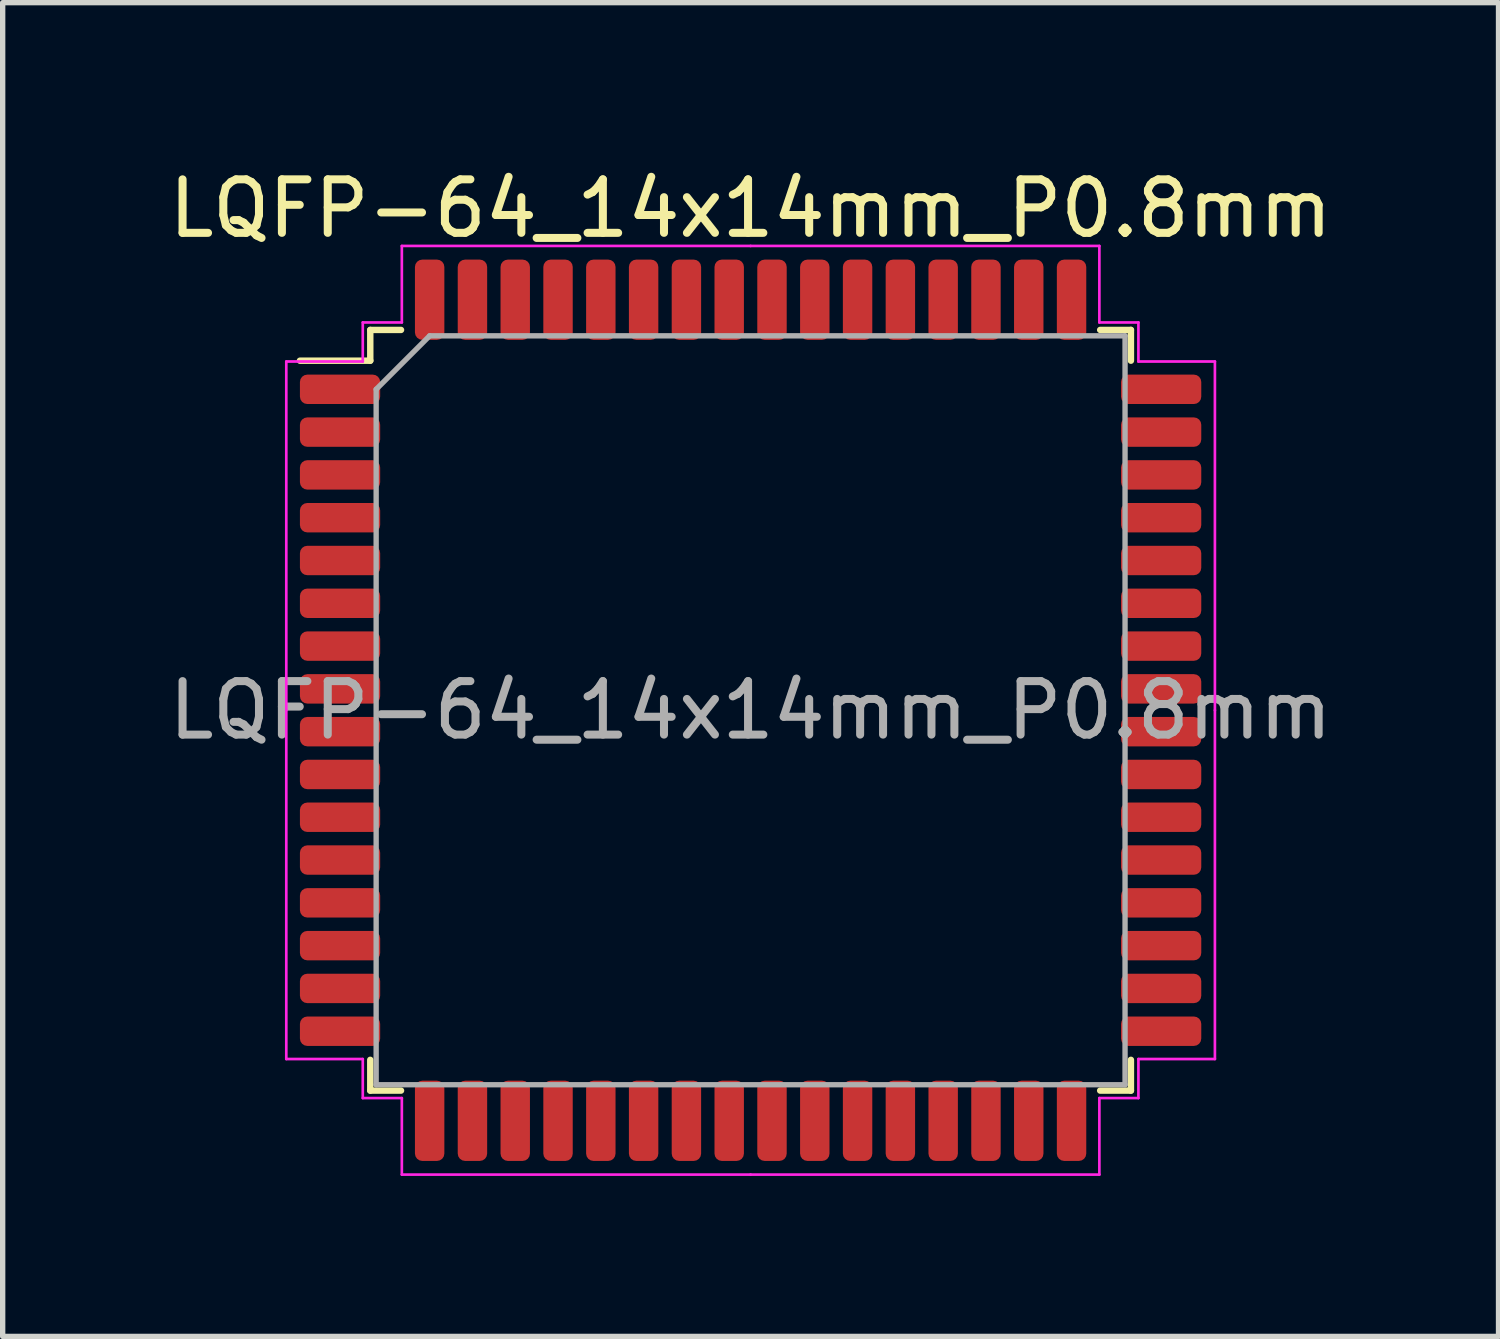
<source format=kicad_pcb>
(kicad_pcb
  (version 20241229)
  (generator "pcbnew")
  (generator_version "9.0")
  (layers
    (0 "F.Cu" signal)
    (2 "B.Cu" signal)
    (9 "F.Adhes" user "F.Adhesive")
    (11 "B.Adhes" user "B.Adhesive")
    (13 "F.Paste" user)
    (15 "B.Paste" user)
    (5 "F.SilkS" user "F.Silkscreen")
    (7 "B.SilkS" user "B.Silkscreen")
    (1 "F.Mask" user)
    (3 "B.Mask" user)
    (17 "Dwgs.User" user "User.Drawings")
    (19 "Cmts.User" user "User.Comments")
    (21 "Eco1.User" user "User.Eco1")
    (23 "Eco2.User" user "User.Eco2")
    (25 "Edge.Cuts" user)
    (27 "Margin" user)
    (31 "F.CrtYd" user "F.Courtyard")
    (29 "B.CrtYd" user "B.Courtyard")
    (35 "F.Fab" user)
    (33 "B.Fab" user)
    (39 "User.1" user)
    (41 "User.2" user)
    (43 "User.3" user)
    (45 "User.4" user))
  (footprint "LQFP-64_14x14mm_P0.8mm"
    (layer "F.Cu")
    (at 10.982 10.228)
    (property "Reference" "LQFP-64_14x14mm_P0.8mm" (at 0 -9.38 0) (layer "F.SilkS") (effects (font (size 1 1) (thickness 0.15))))
    (attr smd)
    (fp_line (start -7.11 -7.11) (end -7.11 -6.535) (stroke (width 0.12) (type solid)) (layer "F.SilkS"))
    (fp_line (start -7.11 -6.535) (end -8.425 -6.535) (stroke (width 0.12) (type solid)) (layer "F.SilkS"))
    (fp_line (start -7.11 7.11) (end -7.11 6.535) (stroke (width 0.12) (type solid)) (layer "F.SilkS"))
    (fp_line (start -6.535 -7.11) (end -7.11 -7.11) (stroke (width 0.12) (type solid)) (layer "F.SilkS"))
    (fp_line (start -6.535 7.11) (end -7.11 7.11) (stroke (width 0.12) (type solid)) (layer "F.SilkS"))
    (fp_line (start 6.535 -7.11) (end 7.11 -7.11) (stroke (width 0.12) (type solid)) (layer "F.SilkS"))
    (fp_line (start 6.535 7.11) (end 7.11 7.11) (stroke (width 0.12) (type solid)) (layer "F.SilkS"))
    (fp_line (start 7.11 -7.11) (end 7.11 -6.535) (stroke (width 0.12) (type solid)) (layer "F.SilkS"))
    (fp_line (start 7.11 7.11) (end 7.11 6.535) (stroke (width 0.12) (type solid)) (layer "F.SilkS"))
    (fp_line (start -8.68 -6.52) (end -8.68 0) (stroke (width 0.05) (type solid)) (layer "F.CrtYd"))
    (fp_line (start -8.68 6.52) (end -8.68 0) (stroke (width 0.05) (type solid)) (layer "F.CrtYd"))
    (fp_line (start -7.25 -7.25) (end -7.25 -6.52) (stroke (width 0.05) (type solid)) (layer "F.CrtYd"))
    (fp_line (start -7.25 -6.52) (end -8.68 -6.52) (stroke (width 0.05) (type solid)) (layer "F.CrtYd"))
    (fp_line (start -7.25 6.52) (end -8.68 6.52) (stroke (width 0.05) (type solid)) (layer "F.CrtYd"))
    (fp_line (start -7.25 7.25) (end -7.25 6.52) (stroke (width 0.05) (type solid)) (layer "F.CrtYd"))
    (fp_line (start -6.52 -8.68) (end -6.52 -7.25) (stroke (width 0.05) (type solid)) (layer "F.CrtYd"))
    (fp_line (start -6.52 -7.25) (end -7.25 -7.25) (stroke (width 0.05) (type solid)) (layer "F.CrtYd"))
    (fp_line (start -6.52 7.25) (end -7.25 7.25) (stroke (width 0.05) (type solid)) (layer "F.CrtYd"))
    (fp_line (start -6.52 8.68) (end -6.52 7.25) (stroke (width 0.05) (type solid)) (layer "F.CrtYd"))
    (fp_line (start 0 -8.68) (end -6.52 -8.68) (stroke (width 0.05) (type solid)) (layer "F.CrtYd"))
    (fp_line (start 0 -8.68) (end 6.52 -8.68) (stroke (width 0.05) (type solid)) (layer "F.CrtYd"))
    (fp_line (start 0 8.68) (end -6.52 8.68) (stroke (width 0.05) (type solid)) (layer "F.CrtYd"))
    (fp_line (start 0 8.68) (end 6.52 8.68) (stroke (width 0.05) (type solid)) (layer "F.CrtYd"))
    (fp_line (start 6.52 -8.68) (end 6.52 -7.25) (stroke (width 0.05) (type solid)) (layer "F.CrtYd"))
    (fp_line (start 6.52 -7.25) (end 7.25 -7.25) (stroke (width 0.05) (type solid)) (layer "F.CrtYd"))
    (fp_line (start 6.52 7.25) (end 7.25 7.25) (stroke (width 0.05) (type solid)) (layer "F.CrtYd"))
    (fp_line (start 6.52 8.68) (end 6.52 7.25) (stroke (width 0.05) (type solid)) (layer "F.CrtYd"))
    (fp_line (start 7.25 -7.25) (end 7.25 -6.52) (stroke (width 0.05) (type solid)) (layer "F.CrtYd"))
    (fp_line (start 7.25 -6.52) (end 8.68 -6.52) (stroke (width 0.05) (type solid)) (layer "F.CrtYd"))
    (fp_line (start 7.25 6.52) (end 8.68 6.52) (stroke (width 0.05) (type solid)) (layer "F.CrtYd"))
    (fp_line (start 7.25 7.25) (end 7.25 6.52) (stroke (width 0.05) (type solid)) (layer "F.CrtYd"))
    (fp_line (start 8.68 -6.52) (end 8.68 0) (stroke (width 0.05) (type solid)) (layer "F.CrtYd"))
    (fp_line (start 8.68 6.52) (end 8.68 0) (stroke (width 0.05) (type solid)) (layer "F.CrtYd"))
    (fp_line (start -7 -6) (end -6 -7) (stroke (width 0.1) (type solid)) (layer "F.Fab"))
    (fp_line (start -7 7) (end -7 -6) (stroke (width 0.1) (type solid)) (layer "F.Fab"))
    (fp_line (start -6 -7) (end 7 -7) (stroke (width 0.1) (type solid)) (layer "F.Fab"))
    (fp_line (start 7 -7) (end 7 7) (stroke (width 0.1) (type solid)) (layer "F.Fab"))
    (fp_line (start 7 7) (end -7 7) (stroke (width 0.1) (type solid)) (layer "F.Fab"))
    (fp_text user "${REFERENCE}" (at 0 0 0) (layer "F.Fab") (effects (font (size 1 1) (thickness 0.15))))
    (pad "1" smd roundrect (at -7.675 -6) (size 1.5 0.55) (layers "F.Cu" "F.Mask" "F.Paste") (roundrect_rratio 0.25))
    (pad "2" smd roundrect (at -7.675 -5.2) (size 1.5 0.55) (layers "F.Cu" "F.Mask" "F.Paste") (roundrect_rratio 0.25))
    (pad "3" smd roundrect (at -7.675 -4.4) (size 1.5 0.55) (layers "F.Cu" "F.Mask" "F.Paste") (roundrect_rratio 0.25))
    (pad "4" smd roundrect (at -7.675 -3.6) (size 1.5 0.55) (layers "F.Cu" "F.Mask" "F.Paste") (roundrect_rratio 0.25))
    (pad "5" smd roundrect (at -7.675 -2.8) (size 1.5 0.55) (layers "F.Cu" "F.Mask" "F.Paste") (roundrect_rratio 0.25))
    (pad "6" smd roundrect (at -7.675 -2) (size 1.5 0.55) (layers "F.Cu" "F.Mask" "F.Paste") (roundrect_rratio 0.25))
    (pad "7" smd roundrect (at -7.675 -1.2) (size 1.5 0.55) (layers "F.Cu" "F.Mask" "F.Paste") (roundrect_rratio 0.25))
    (pad "8" smd roundrect (at -7.675 -0.4) (size 1.5 0.55) (layers "F.Cu" "F.Mask" "F.Paste") (roundrect_rratio 0.25))
    (pad "9" smd roundrect (at -7.675 0.4) (size 1.5 0.55) (layers "F.Cu" "F.Mask" "F.Paste") (roundrect_rratio 0.25))
    (pad "10" smd roundrect (at -7.675 1.2) (size 1.5 0.55) (layers "F.Cu" "F.Mask" "F.Paste") (roundrect_rratio 0.25))
    (pad "11" smd roundrect (at -7.675 2) (size 1.5 0.55) (layers "F.Cu" "F.Mask" "F.Paste") (roundrect_rratio 0.25))
    (pad "12" smd roundrect (at -7.675 2.8) (size 1.5 0.55) (layers "F.Cu" "F.Mask" "F.Paste") (roundrect_rratio 0.25))
    (pad "13" smd roundrect (at -7.675 3.6) (size 1.5 0.55) (layers "F.Cu" "F.Mask" "F.Paste") (roundrect_rratio 0.25))
    (pad "14" smd roundrect (at -7.675 4.4) (size 1.5 0.55) (layers "F.Cu" "F.Mask" "F.Paste") (roundrect_rratio 0.25))
    (pad "15" smd roundrect (at -7.675 5.2) (size 1.5 0.55) (layers "F.Cu" "F.Mask" "F.Paste") (roundrect_rratio 0.25))
    (pad "16" smd roundrect (at -7.675 6) (size 1.5 0.55) (layers "F.Cu" "F.Mask" "F.Paste") (roundrect_rratio 0.25))
    (pad "17" smd roundrect (at -6 7.675) (size 0.55 1.5) (layers "F.Cu" "F.Mask" "F.Paste") (roundrect_rratio 0.25))
    (pad "18" smd roundrect (at -5.2 7.675) (size 0.55 1.5) (layers "F.Cu" "F.Mask" "F.Paste") (roundrect_rratio 0.25))
    (pad "19" smd roundrect (at -4.4 7.675) (size 0.55 1.5) (layers "F.Cu" "F.Mask" "F.Paste") (roundrect_rratio 0.25))
    (pad "20" smd roundrect (at -3.6 7.675) (size 0.55 1.5) (layers "F.Cu" "F.Mask" "F.Paste") (roundrect_rratio 0.25))
    (pad "21" smd roundrect (at -2.8 7.675) (size 0.55 1.5) (layers "F.Cu" "F.Mask" "F.Paste") (roundrect_rratio 0.25))
    (pad "22" smd roundrect (at -2 7.675) (size 0.55 1.5) (layers "F.Cu" "F.Mask" "F.Paste") (roundrect_rratio 0.25))
    (pad "23" smd roundrect (at -1.2 7.675) (size 0.55 1.5) (layers "F.Cu" "F.Mask" "F.Paste") (roundrect_rratio 0.25))
    (pad "24" smd roundrect (at -0.4 7.675) (size 0.55 1.5) (layers "F.Cu" "F.Mask" "F.Paste") (roundrect_rratio 0.25))
    (pad "25" smd roundrect (at 0.4 7.675) (size 0.55 1.5) (layers "F.Cu" "F.Mask" "F.Paste") (roundrect_rratio 0.25))
    (pad "26" smd roundrect (at 1.2 7.675) (size 0.55 1.5) (layers "F.Cu" "F.Mask" "F.Paste") (roundrect_rratio 0.25))
    (pad "27" smd roundrect (at 2 7.675) (size 0.55 1.5) (layers "F.Cu" "F.Mask" "F.Paste") (roundrect_rratio 0.25))
    (pad "28" smd roundrect (at 2.8 7.675) (size 0.55 1.5) (layers "F.Cu" "F.Mask" "F.Paste") (roundrect_rratio 0.25))
    (pad "29" smd roundrect (at 3.6 7.675) (size 0.55 1.5) (layers "F.Cu" "F.Mask" "F.Paste") (roundrect_rratio 0.25))
    (pad "30" smd roundrect (at 4.4 7.675) (size 0.55 1.5) (layers "F.Cu" "F.Mask" "F.Paste") (roundrect_rratio 0.25))
    (pad "31" smd roundrect (at 5.2 7.675) (size 0.55 1.5) (layers "F.Cu" "F.Mask" "F.Paste") (roundrect_rratio 0.25))
    (pad "32" smd roundrect (at 6 7.675) (size 0.55 1.5) (layers "F.Cu" "F.Mask" "F.Paste") (roundrect_rratio 0.25))
    (pad "33" smd roundrect (at 7.675 6) (size 1.5 0.55) (layers "F.Cu" "F.Mask" "F.Paste") (roundrect_rratio 0.25))
    (pad "34" smd roundrect (at 7.675 5.2) (size 1.5 0.55) (layers "F.Cu" "F.Mask" "F.Paste") (roundrect_rratio 0.25))
    (pad "35" smd roundrect (at 7.675 4.4) (size 1.5 0.55) (layers "F.Cu" "F.Mask" "F.Paste") (roundrect_rratio 0.25))
    (pad "36" smd roundrect (at 7.675 3.6) (size 1.5 0.55) (layers "F.Cu" "F.Mask" "F.Paste") (roundrect_rratio 0.25))
    (pad "37" smd roundrect (at 7.675 2.8) (size 1.5 0.55) (layers "F.Cu" "F.Mask" "F.Paste") (roundrect_rratio 0.25))
    (pad "38" smd roundrect (at 7.675 2) (size 1.5 0.55) (layers "F.Cu" "F.Mask" "F.Paste") (roundrect_rratio 0.25))
    (pad "39" smd roundrect (at 7.675 1.2) (size 1.5 0.55) (layers "F.Cu" "F.Mask" "F.Paste") (roundrect_rratio 0.25))
    (pad "40" smd roundrect (at 7.675 0.4) (size 1.5 0.55) (layers "F.Cu" "F.Mask" "F.Paste") (roundrect_rratio 0.25))
    (pad "41" smd roundrect (at 7.675 -0.4) (size 1.5 0.55) (layers "F.Cu" "F.Mask" "F.Paste") (roundrect_rratio 0.25))
    (pad "42" smd roundrect (at 7.675 -1.2) (size 1.5 0.55) (layers "F.Cu" "F.Mask" "F.Paste") (roundrect_rratio 0.25))
    (pad "43" smd roundrect (at 7.675 -2) (size 1.5 0.55) (layers "F.Cu" "F.Mask" "F.Paste") (roundrect_rratio 0.25))
    (pad "44" smd roundrect (at 7.675 -2.8) (size 1.5 0.55) (layers "F.Cu" "F.Mask" "F.Paste") (roundrect_rratio 0.25))
    (pad "45" smd roundrect (at 7.675 -3.6) (size 1.5 0.55) (layers "F.Cu" "F.Mask" "F.Paste") (roundrect_rratio 0.25))
    (pad "46" smd roundrect (at 7.675 -4.4) (size 1.5 0.55) (layers "F.Cu" "F.Mask" "F.Paste") (roundrect_rratio 0.25))
    (pad "47" smd roundrect (at 7.675 -5.2) (size 1.5 0.55) (layers "F.Cu" "F.Mask" "F.Paste") (roundrect_rratio 0.25))
    (pad "48" smd roundrect (at 7.675 -6) (size 1.5 0.55) (layers "F.Cu" "F.Mask" "F.Paste") (roundrect_rratio 0.25))
    (pad "49" smd roundrect (at 6 -7.675) (size 0.55 1.5) (layers "F.Cu" "F.Mask" "F.Paste") (roundrect_rratio 0.25))
    (pad "50" smd roundrect (at 5.2 -7.675) (size 0.55 1.5) (layers "F.Cu" "F.Mask" "F.Paste") (roundrect_rratio 0.25))
    (pad "51" smd roundrect (at 4.4 -7.675) (size 0.55 1.5) (layers "F.Cu" "F.Mask" "F.Paste") (roundrect_rratio 0.25))
    (pad "52" smd roundrect (at 3.6 -7.675) (size 0.55 1.5) (layers "F.Cu" "F.Mask" "F.Paste") (roundrect_rratio 0.25))
    (pad "53" smd roundrect (at 2.8 -7.675) (size 0.55 1.5) (layers "F.Cu" "F.Mask" "F.Paste") (roundrect_rratio 0.25))
    (pad "54" smd roundrect (at 2 -7.675) (size 0.55 1.5) (layers "F.Cu" "F.Mask" "F.Paste") (roundrect_rratio 0.25))
    (pad "55" smd roundrect (at 1.2 -7.675) (size 0.55 1.5) (layers "F.Cu" "F.Mask" "F.Paste") (roundrect_rratio 0.25))
    (pad "56" smd roundrect (at 0.4 -7.675) (size 0.55 1.5) (layers "F.Cu" "F.Mask" "F.Paste") (roundrect_rratio 0.25))
    (pad "57" smd roundrect (at -0.4 -7.675) (size 0.55 1.5) (layers "F.Cu" "F.Mask" "F.Paste") (roundrect_rratio 0.25))
    (pad "58" smd roundrect (at -1.2 -7.675) (size 0.55 1.5) (layers "F.Cu" "F.Mask" "F.Paste") (roundrect_rratio 0.25))
    (pad "59" smd roundrect (at -2 -7.675) (size 0.55 1.5) (layers "F.Cu" "F.Mask" "F.Paste") (roundrect_rratio 0.25))
    (pad "60" smd roundrect (at -2.8 -7.675) (size 0.55 1.5) (layers "F.Cu" "F.Mask" "F.Paste") (roundrect_rratio 0.25))
    (pad "61" smd roundrect (at -3.6 -7.675) (size 0.55 1.5) (layers "F.Cu" "F.Mask" "F.Paste") (roundrect_rratio 0.25))
    (pad "62" smd roundrect (at -4.4 -7.675) (size 0.55 1.5) (layers "F.Cu" "F.Mask" "F.Paste") (roundrect_rratio 0.25))
    (pad "63" smd roundrect (at -5.2 -7.675) (size 0.55 1.5) (layers "F.Cu" "F.Mask" "F.Paste") (roundrect_rratio 0.25))
    (pad "64" smd roundrect (at -6 -7.675) (size 0.55 1.5) (layers "F.Cu" "F.Mask" "F.Paste") (roundrect_rratio 0.25)))
  (gr_rect
    (start -3 -3)
    (end 24.964 21.933)
    (stroke (width 0.1) (type default))
    (fill no)
    (layer "Edge.Cuts")))
</source>
